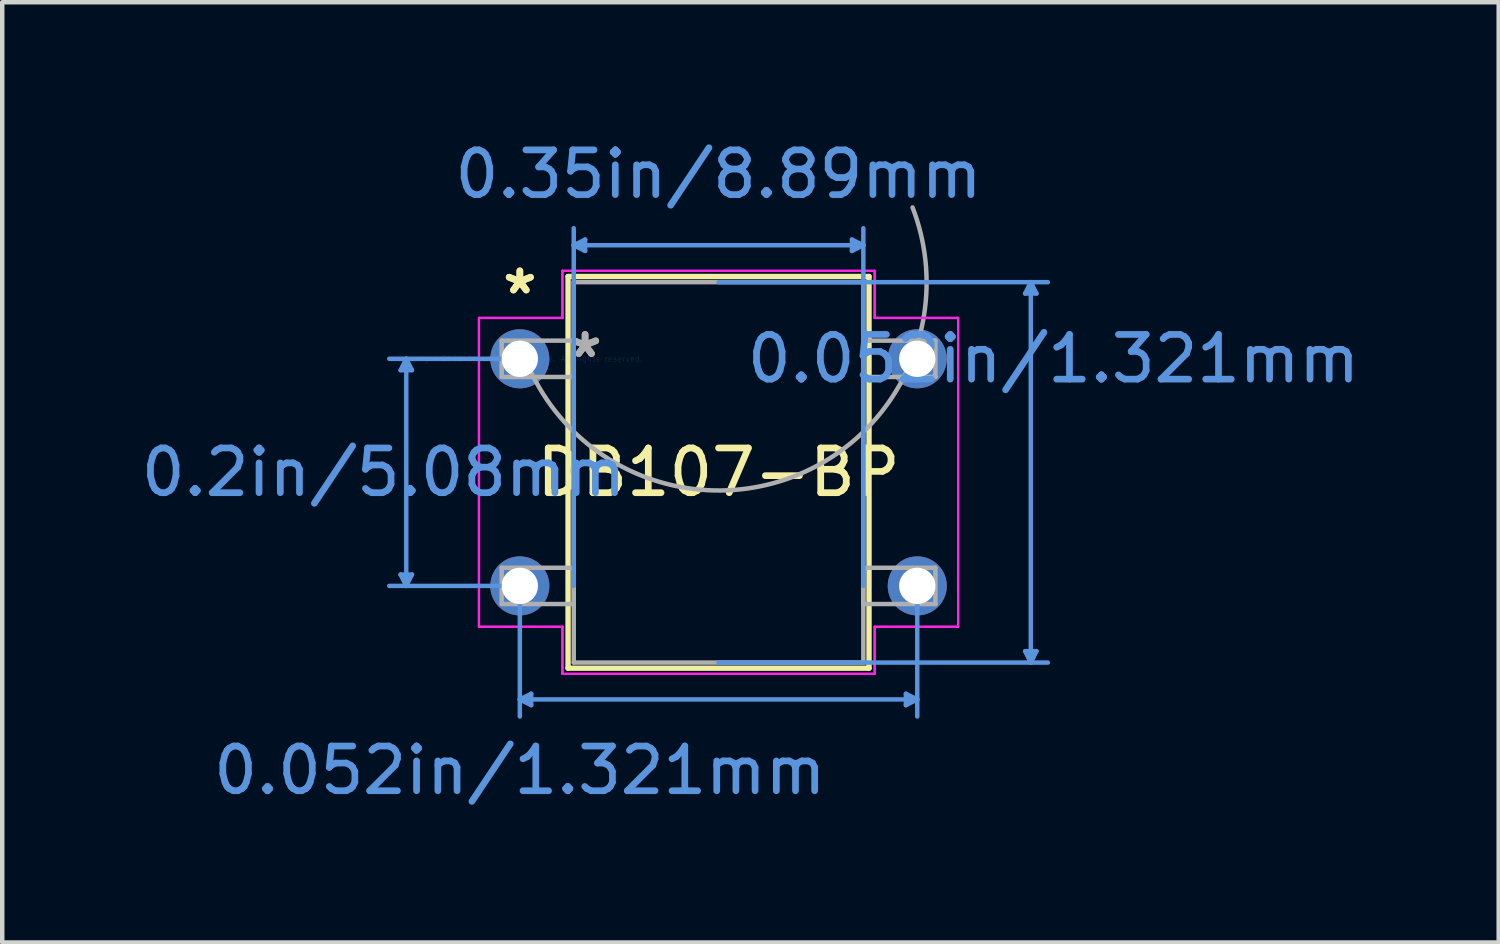
<source format=kicad_pcb>
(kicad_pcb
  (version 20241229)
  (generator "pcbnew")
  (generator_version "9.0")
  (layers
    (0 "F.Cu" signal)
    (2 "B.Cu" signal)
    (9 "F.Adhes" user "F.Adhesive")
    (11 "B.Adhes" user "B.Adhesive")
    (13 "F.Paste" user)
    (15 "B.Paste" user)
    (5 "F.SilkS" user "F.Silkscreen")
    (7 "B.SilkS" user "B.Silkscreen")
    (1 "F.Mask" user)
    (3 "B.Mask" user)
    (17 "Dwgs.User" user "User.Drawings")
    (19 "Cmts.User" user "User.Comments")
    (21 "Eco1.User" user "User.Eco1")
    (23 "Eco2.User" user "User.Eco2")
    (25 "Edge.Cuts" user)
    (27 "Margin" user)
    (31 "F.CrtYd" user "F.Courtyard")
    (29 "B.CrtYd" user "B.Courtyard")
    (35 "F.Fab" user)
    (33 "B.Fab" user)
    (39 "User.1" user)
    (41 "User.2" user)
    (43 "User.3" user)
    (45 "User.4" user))
  (footprint "DB107-BP"
    (layer "F.Cu")
    (at 8.578 4.976)
    (property "Reference" "DB107-BP" (at 4.445 2.54 0) (layer "F.SilkS") (effects (font (size 1 1) (thickness 0.15))))
    (attr through_hole)
    (fp_line (start 1.079 -1.841) (end 1.079 6.921) (stroke (width 0.12) (type solid)) (layer "F.SilkS"))
    (fp_line (start 1.079 6.921) (end 7.811 6.921) (stroke (width 0.12) (type solid)) (layer "F.SilkS"))
    (fp_line (start 7.811 -1.841) (end 1.079 -1.841) (stroke (width 0.12) (type solid)) (layer "F.SilkS"))
    (fp_line (start 7.811 6.921) (end 7.811 -1.841) (stroke (width 0.12) (type solid)) (layer "F.SilkS"))
    (fp_line (start -2.667 0.254) (end -2.413 0.254) (stroke (width 0.1) (type solid)) (layer "Cmts.User"))
    (fp_line (start -2.667 4.826) (end -2.413 4.826) (stroke (width 0.1) (type solid)) (layer "Cmts.User"))
    (fp_line (start -2.54 0) (end -2.667 0.254) (stroke (width 0.1) (type solid)) (layer "Cmts.User"))
    (fp_line (start -2.54 0) (end -2.54 5.08) (stroke (width 0.1) (type solid)) (layer "Cmts.User"))
    (fp_line (start -2.54 0) (end -2.413 0.254) (stroke (width 0.1) (type solid)) (layer "Cmts.User"))
    (fp_line (start -2.54 5.08) (end -2.667 4.826) (stroke (width 0.1) (type solid)) (layer "Cmts.User"))
    (fp_line (start -2.54 5.08) (end -2.413 4.826) (stroke (width 0.1) (type solid)) (layer "Cmts.User"))
    (fp_line (start 0 0) (end -2.921 0) (stroke (width 0.1) (type solid)) (layer "Cmts.User"))
    (fp_line (start 0 5.08) (end -2.921 5.08) (stroke (width 0.1) (type solid)) (layer "Cmts.User"))
    (fp_line (start 0 5.08) (end 0 8.001) (stroke (width 0.1) (type solid)) (layer "Cmts.User"))
    (fp_line (start 0 7.62) (end 0.254 7.493) (stroke (width 0.1) (type solid)) (layer "Cmts.User"))
    (fp_line (start 0 7.62) (end 0.254 7.747) (stroke (width 0.1) (type solid)) (layer "Cmts.User"))
    (fp_line (start 0 7.62) (end 8.89 7.62) (stroke (width 0.1) (type solid)) (layer "Cmts.User"))
    (fp_line (start 0.254 7.493) (end 0.254 7.747) (stroke (width 0.1) (type solid)) (layer "Cmts.User"))
    (fp_line (start 1.206 -2.54) (end 1.46 -2.667) (stroke (width 0.1) (type solid)) (layer "Cmts.User"))
    (fp_line (start 1.206 -2.54) (end 1.46 -2.413) (stroke (width 0.1) (type solid)) (layer "Cmts.User"))
    (fp_line (start 1.206 -2.54) (end 7.684 -2.54) (stroke (width 0.1) (type solid)) (layer "Cmts.User"))
    (fp_line (start 1.206 5.08) (end 1.206 -2.921) (stroke (width 0.1) (type solid)) (layer "Cmts.User"))
    (fp_line (start 1.46 -2.667) (end 1.46 -2.413) (stroke (width 0.1) (type solid)) (layer "Cmts.User"))
    (fp_line (start 4.445 -1.714) (end 11.811 -1.714) (stroke (width 0.1) (type solid)) (layer "Cmts.User"))
    (fp_line (start 4.445 6.795) (end 11.811 6.795) (stroke (width 0.1) (type solid)) (layer "Cmts.User"))
    (fp_line (start 7.429 -2.667) (end 7.429 -2.413) (stroke (width 0.1) (type solid)) (layer "Cmts.User"))
    (fp_line (start 7.684 -2.54) (end 7.429 -2.667) (stroke (width 0.1) (type solid)) (layer "Cmts.User"))
    (fp_line (start 7.684 -2.54) (end 7.429 -2.413) (stroke (width 0.1) (type solid)) (layer "Cmts.User"))
    (fp_line (start 7.684 5.08) (end 7.684 -2.921) (stroke (width 0.1) (type solid)) (layer "Cmts.User"))
    (fp_line (start 8.636 7.493) (end 8.636 7.747) (stroke (width 0.1) (type solid)) (layer "Cmts.User"))
    (fp_line (start 8.89 5.08) (end 8.89 8.001) (stroke (width 0.1) (type solid)) (layer "Cmts.User"))
    (fp_line (start 8.89 7.62) (end 8.636 7.493) (stroke (width 0.1) (type solid)) (layer "Cmts.User"))
    (fp_line (start 8.89 7.62) (end 8.636 7.747) (stroke (width 0.1) (type solid)) (layer "Cmts.User"))
    (fp_line (start 11.303 -1.46) (end 11.557 -1.46) (stroke (width 0.1) (type solid)) (layer "Cmts.User"))
    (fp_line (start 11.303 6.54) (end 11.557 6.54) (stroke (width 0.1) (type solid)) (layer "Cmts.User"))
    (fp_line (start 11.43 -1.714) (end 11.303 -1.46) (stroke (width 0.1) (type solid)) (layer "Cmts.User"))
    (fp_line (start 11.43 -1.714) (end 11.43 6.795) (stroke (width 0.1) (type solid)) (layer "Cmts.User"))
    (fp_line (start 11.43 -1.714) (end 11.557 -1.46) (stroke (width 0.1) (type solid)) (layer "Cmts.User"))
    (fp_line (start 11.43 6.795) (end 11.303 6.54) (stroke (width 0.1) (type solid)) (layer "Cmts.User"))
    (fp_line (start 11.43 6.795) (end 11.557 6.54) (stroke (width 0.1) (type solid)) (layer "Cmts.User"))
    (fp_line (start -0.914 -0.914) (end -0.914 5.994) (stroke (width 0.05) (type solid)) (layer "F.CrtYd"))
    (fp_line (start -0.914 -0.914) (end 0.953 -0.914) (stroke (width 0.05) (type solid)) (layer "F.CrtYd"))
    (fp_line (start -0.914 5.994) (end -0.914 -0.914) (stroke (width 0.05) (type solid)) (layer "F.CrtYd"))
    (fp_line (start -0.914 5.994) (end 0.953 5.994) (stroke (width 0.05) (type solid)) (layer "F.CrtYd"))
    (fp_line (start 0.953 -1.968) (end 0.953 -0.914) (stroke (width 0.05) (type solid)) (layer "F.CrtYd"))
    (fp_line (start 0.953 -1.968) (end 7.938 -1.968) (stroke (width 0.05) (type solid)) (layer "F.CrtYd"))
    (fp_line (start 0.953 -0.914) (end -0.914 -0.914) (stroke (width 0.05) (type solid)) (layer "F.CrtYd"))
    (fp_line (start 0.953 -0.914) (end 0.953 -1.968) (stroke (width 0.05) (type solid)) (layer "F.CrtYd"))
    (fp_line (start 0.953 5.994) (end -0.914 5.994) (stroke (width 0.05) (type solid)) (layer "F.CrtYd"))
    (fp_line (start 0.953 5.994) (end 0.953 7.048) (stroke (width 0.05) (type solid)) (layer "F.CrtYd"))
    (fp_line (start 0.953 7.048) (end 0.953 5.994) (stroke (width 0.05) (type solid)) (layer "F.CrtYd"))
    (fp_line (start 0.953 7.048) (end 7.938 7.048) (stroke (width 0.05) (type solid)) (layer "F.CrtYd"))
    (fp_line (start 7.938 -1.968) (end 0.953 -1.968) (stroke (width 0.05) (type solid)) (layer "F.CrtYd"))
    (fp_line (start 7.938 -1.968) (end 7.938 -0.914) (stroke (width 0.05) (type solid)) (layer "F.CrtYd"))
    (fp_line (start 7.938 -0.914) (end 7.938 -1.968) (stroke (width 0.05) (type solid)) (layer "F.CrtYd"))
    (fp_line (start 7.938 5.994) (end 7.938 7.048) (stroke (width 0.05) (type solid)) (layer "F.CrtYd"))
    (fp_line (start 7.938 5.994) (end 9.804 5.994) (stroke (width 0.05) (type solid)) (layer "F.CrtYd"))
    (fp_line (start 7.938 7.048) (end 0.953 7.048) (stroke (width 0.05) (type solid)) (layer "F.CrtYd"))
    (fp_line (start 7.938 7.048) (end 7.938 5.994) (stroke (width 0.05) (type solid)) (layer "F.CrtYd"))
    (fp_line (start 9.804 -0.914) (end 7.938 -0.914) (stroke (width 0.05) (type solid)) (layer "F.CrtYd"))
    (fp_line (start 9.804 -0.914) (end 7.938 -0.914) (stroke (width 0.05) (type solid)) (layer "F.CrtYd"))
    (fp_line (start 9.804 -0.914) (end 9.804 5.994) (stroke (width 0.05) (type solid)) (layer "F.CrtYd"))
    (fp_line (start 9.804 5.994) (end 7.938 5.994) (stroke (width 0.05) (type solid)) (layer "F.CrtYd"))
    (fp_line (start 9.804 5.994) (end 9.804 -0.914) (stroke (width 0.05) (type solid)) (layer "F.CrtYd"))
    (fp_line (start -0.406 -0.406) (end -0.406 0.406) (stroke (width 0.1) (type solid)) (layer "F.Fab"))
    (fp_line (start -0.406 0.406) (end 1.206 0.406) (stroke (width 0.1) (type solid)) (layer "F.Fab"))
    (fp_line (start -0.406 4.674) (end -0.406 5.486) (stroke (width 0.1) (type solid)) (layer "F.Fab"))
    (fp_line (start -0.406 5.486) (end 1.206 5.486) (stroke (width 0.1) (type solid)) (layer "F.Fab"))
    (fp_line (start 1.206 -1.714) (end 1.206 6.795) (stroke (width 0.1) (type solid)) (layer "F.Fab"))
    (fp_line (start 1.206 -0.406) (end -0.406 -0.406) (stroke (width 0.1) (type solid)) (layer "F.Fab"))
    (fp_line (start 1.206 0.406) (end 1.206 -0.406) (stroke (width 0.1) (type solid)) (layer "F.Fab"))
    (fp_line (start 1.206 4.674) (end -0.406 4.674) (stroke (width 0.1) (type solid)) (layer "F.Fab"))
    (fp_line (start 1.206 5.486) (end 1.206 4.674) (stroke (width 0.1) (type solid)) (layer "F.Fab"))
    (fp_line (start 1.206 6.795) (end 7.684 6.795) (stroke (width 0.1) (type solid)) (layer "F.Fab"))
    (fp_line (start 7.684 -1.714) (end 1.206 -1.714) (stroke (width 0.1) (type solid)) (layer "F.Fab"))
    (fp_line (start 7.684 -0.406) (end 7.684 0.406) (stroke (width 0.1) (type solid)) (layer "F.Fab"))
    (fp_line (start 7.684 0.406) (end 9.296 0.406) (stroke (width 0.1) (type solid)) (layer "F.Fab"))
    (fp_line (start 7.684 4.674) (end 7.684 5.486) (stroke (width 0.1) (type solid)) (layer "F.Fab"))
    (fp_line (start 7.684 5.486) (end 9.296 5.486) (stroke (width 0.1) (type solid)) (layer "F.Fab"))
    (fp_line (start 7.684 6.795) (end 7.684 -1.714) (stroke (width 0.1) (type solid)) (layer "F.Fab"))
    (fp_line (start 9.296 -0.406) (end 7.684 -0.406) (stroke (width 0.1) (type solid)) (layer "F.Fab"))
    (fp_line (start 9.296 0.406) (end 9.296 -0.406) (stroke (width 0.1) (type solid)) (layer "F.Fab"))
    (fp_line (start 9.296 4.674) (end 7.684 4.674) (stroke (width 0.1) (type solid)) (layer "F.Fab"))
    (fp_line (start 9.296 5.486) (end 9.296 4.674) (stroke (width 0.1) (type solid)) (layer "F.Fab"))
    (fp_arc (start 8.784839 -3.385452) (mid 6.115952 2.625339) (end 0.105161 -0.043548) (stroke (width 0.1) (type solid)) (layer "F.Fab"))
    (fp_text user "*" (at 0 -1.422 0) (layer "F.SilkS") (effects (font (size 1 1) (thickness 0.15))))
    (fp_text user "*" (at 0 -1.422 0) (layer "F.SilkS") (effects (font (size 1 1) (thickness 0.15))))
    (fp_text user "Copyright 2021 Accelerated Designs. All rights reserved." (at 0 0 0) (layer "Cmts.User") (effects (font (size 0.127 0.127) (thickness 0.002))))
    (fp_text user "0.35in/8.89mm" (at 4.445 -4.128 0) (layer "Cmts.User") (effects (font (size 1 1) (thickness 0.15))))
    (fp_text user "0.2in/5.08mm" (at -3.048 2.54 0) (layer "Cmts.User") (effects (font (size 1 1) (thickness 0.15))))
    (fp_text user "0.052in/1.321mm" (at 0 9.207 0) (layer "Cmts.User") (effects (font (size 1 1) (thickness 0.15))))
    (fp_text user "0.052in/1.321mm" (at 11.938 0 0) (layer "Cmts.User") (effects (font (size 1 1) (thickness 0.15))))
    (fp_text user "*" (at 1.46 0 0) (layer "F.Fab") (effects (font (size 1 1) (thickness 0.15))))
    (fp_text user "*" (at 1.46 0 0) (layer "F.Fab") (effects (font (size 1 1) (thickness 0.15))))
    (pad "1" thru_hole circle (at 0 0) (size 1.321 1.321) (drill 0.813) (layers "*.Cu" "*.Mask"))
    (pad "2" thru_hole circle (at 0 5.08) (size 1.321 1.321) (drill 0.813) (layers "*.Cu" "*.Mask"))
    (pad "3" thru_hole circle (at 8.89 5.08) (size 1.321 1.321) (drill 0.813) (layers "*.Cu" "*.Mask"))
    (pad "4" thru_hole circle (at 8.89 0) (size 1.321 1.321) (drill 0.813) (layers "*.Cu" "*.Mask")))
  (gr_rect
    (start -3 -3)
    (end 30.474 18.032)
    (stroke (width 0.1) (type default))
    (fill no)
    (layer "Edge.Cuts")))
</source>
